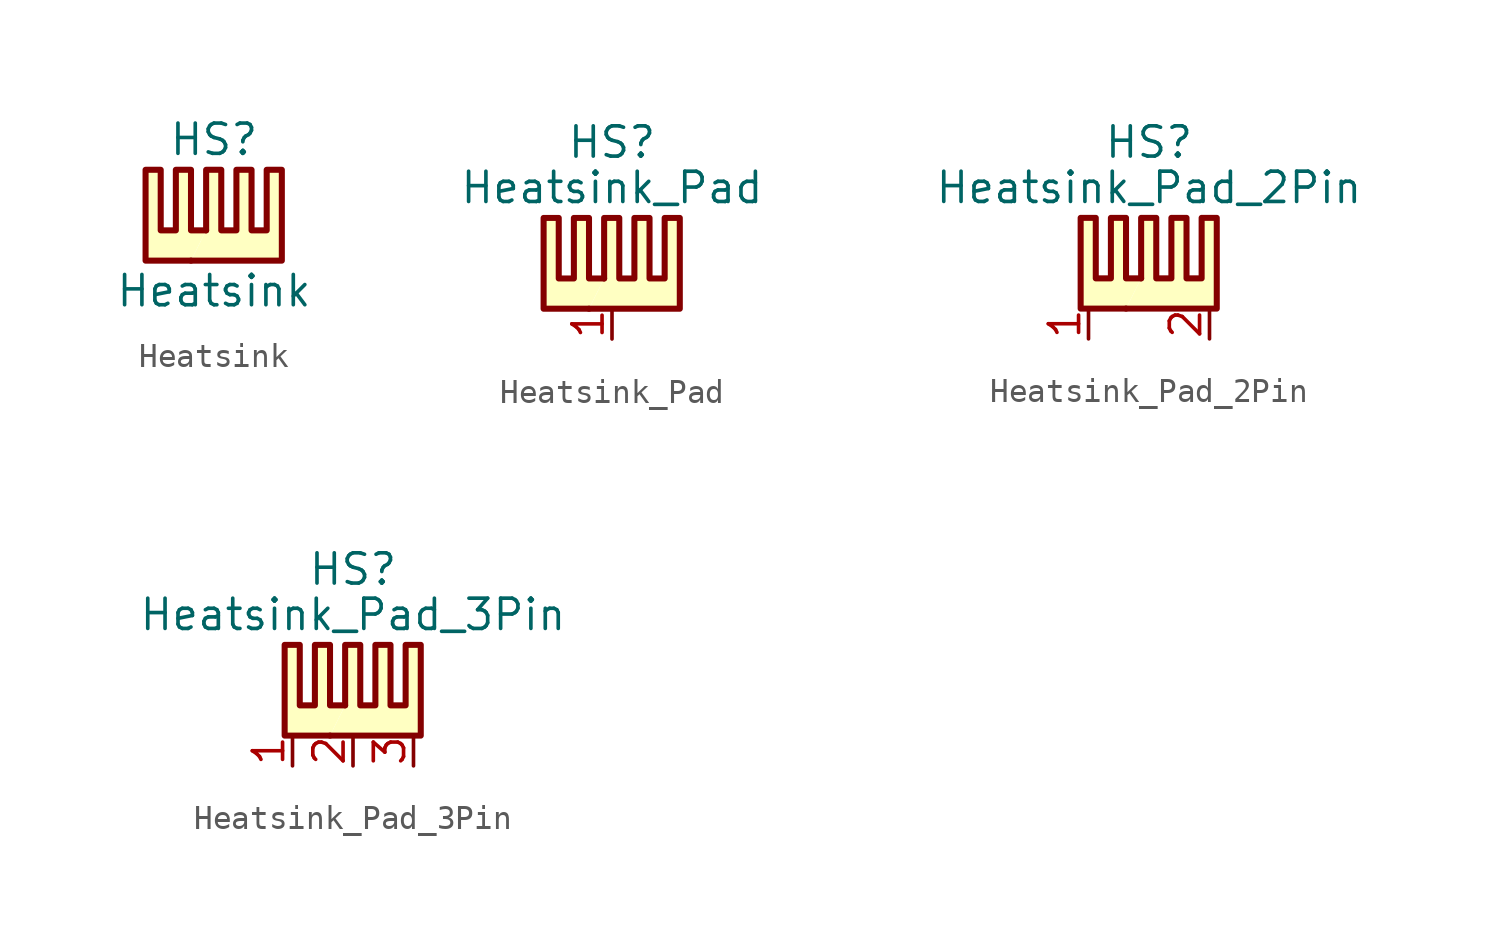
<source format=kicad_sym>
(kicad_symbol_lib
  (version 20201005)
  (generator kicad_symbol_editor)
  (symbol "Heatsink"
    (pin_names
      (offset 1.016))
    (property "Reference" "HS"
      (at 0 5.08 0)
      (effects (font (size 1.27 1.27))))
    (property "Value" "Heatsink"
      (at 0 -1.27 0)
      (effects (font (size 1.27 1.27))))
    (symbol "Heatsink_0_1"
      (polyline (pts (xy -0.33 1.27) (xy -0.965 1.27) (xy -0.965 3.81) (xy -1.6 3.81) (xy -1.6 1.27) (xy -2.235 1.27) (xy -2.235 3.81) (xy -2.87 3.81) (xy -2.87 0) (xy -0.965 0)) (stroke (width 0.254)) (fill (type background)))
      (polyline (pts (xy -0.33 1.27) (xy -0.33 3.81) (xy 0.305 3.81) (xy 0.305 1.27) (xy 0.94 1.27) (xy 0.94 3.81) (xy 1.575 3.81) (xy 1.575 1.27) (xy 2.21 1.27) (xy 2.21 3.81) (xy 2.845 3.81) (xy 2.845 0) (xy -0.965 0)) (stroke (width 0.254)) (fill (type background)))))
  (symbol "Heatsink_Pad"
    (pin_names
      (offset 0))
    (property "Reference" "HS"
      (at 0 5.715 0)
      (effects (font (size 1.27 1.27))))
    (property "Value" "Heatsink_Pad"
      (at 0 3.81 0)
      (effects (font (size 1.27 1.27))))
    (symbol "Heatsink_Pad_0_1"
      (polyline (pts (xy -0.33 0) (xy -0.965 0) (xy -0.965 2.54) (xy -1.6 2.54) (xy -1.6 0) (xy -2.235 0) (xy -2.235 2.54) (xy -2.87 2.54) (xy -2.87 -1.27) (xy -0.965 -1.27)) (stroke (width 0.254)) (fill (type background)))
      (polyline (pts (xy -0.33 0) (xy -0.33 2.54) (xy 0.305 2.54) (xy 0.305 0) (xy 0.94 0) (xy 0.94 2.54) (xy 1.575 2.54) (xy 1.575 0) (xy 2.21 0) (xy 2.21 2.54) (xy 2.845 2.54) (xy 2.845 -1.27) (xy -0.965 -1.27)) (stroke (width 0.254)) (fill (type background))))
    (symbol "Heatsink_Pad_1_1"
      (pin passive line (at 0 -2.54 90) (length 1.27) (name "~" (effects (font (size 1.27 1.27)))) (number "1" (effects (font (size 1.27 1.27)))))))
  (symbol "Heatsink_Pad_2Pin"
    (pin_names
      (offset 0))
    (property "Reference" "HS"
      (at 0 5.715 0)
      (effects (font (size 1.27 1.27))))
    (property "Value" "Heatsink_Pad_2Pin"
      (at 0 3.81 0)
      (effects (font (size 1.27 1.27))))
    (symbol "Heatsink_Pad_2Pin_0_1"
      (polyline (pts (xy -0.33 0) (xy -0.965 0) (xy -0.965 2.54) (xy -1.6 2.54) (xy -1.6 0) (xy -2.235 0) (xy -2.235 2.54) (xy -2.87 2.54) (xy -2.87 -1.27) (xy -0.965 -1.27)) (stroke (width 0.254)) (fill (type background)))
      (polyline (pts (xy -0.33 0) (xy -0.33 2.54) (xy 0.305 2.54) (xy 0.305 0) (xy 0.94 0) (xy 0.94 2.54) (xy 1.575 2.54) (xy 1.575 0) (xy 2.21 0) (xy 2.21 2.54) (xy 2.845 2.54) (xy 2.845 -1.27) (xy -0.965 -1.27)) (stroke (width 0.254)) (fill (type background))))
    (symbol "Heatsink_Pad_2Pin_1_1"
      (pin passive line (at -2.54 -2.54 90) (length 1.27) (name "~" (effects (font (size 1.27 1.27)))) (number "1" (effects (font (size 1.27 1.27)))))
      (pin passive line (at 2.54 -2.54 90) (length 1.27) (name "~" (effects (font (size 1.27 1.27)))) (number "2" (effects (font (size 1.27 1.27)))))))
  (symbol "Heatsink_Pad_3Pin"
    (pin_names
      (offset 0))
    (property "Reference" "HS"
      (at 0 5.715 0)
      (effects (font (size 1.27 1.27))))
    (property "Value" "Heatsink_Pad_3Pin"
      (at 0 3.81 0)
      (effects (font (size 1.27 1.27))))
    (symbol "Heatsink_Pad_3Pin_0_1"
      (polyline (pts (xy -0.33 0) (xy -0.965 0) (xy -0.965 2.54) (xy -1.6 2.54) (xy -1.6 0) (xy -2.235 0) (xy -2.235 2.54) (xy -2.87 2.54) (xy -2.87 -1.27) (xy -0.965 -1.27)) (stroke (width 0.254)) (fill (type background)))
      (polyline (pts (xy -0.33 0) (xy -0.33 2.54) (xy 0.305 2.54) (xy 0.305 0) (xy 0.94 0) (xy 0.94 2.54) (xy 1.575 2.54) (xy 1.575 0) (xy 2.21 0) (xy 2.21 2.54) (xy 2.845 2.54) (xy 2.845 -1.27) (xy -0.965 -1.27)) (stroke (width 0.254)) (fill (type background))))
    (symbol "Heatsink_Pad_3Pin_1_1"
      (pin passive line (at -2.54 -2.54 90) (length 1.27) (name "~" (effects (font (size 1.27 1.27)))) (number "1" (effects (font (size 1.27 1.27)))))
      (pin passive line (at 0 -2.54 90) (length 1.27) (name "~" (effects (font (size 1.27 1.27)))) (number "2" (effects (font (size 1.27 1.27)))))
      (pin passive line (at 2.54 -2.54 90) (length 1.27) (name "~" (effects (font (size 1.27 1.27)))) (number "3" (effects (font (size 1.27 1.27))))))))
</source>
